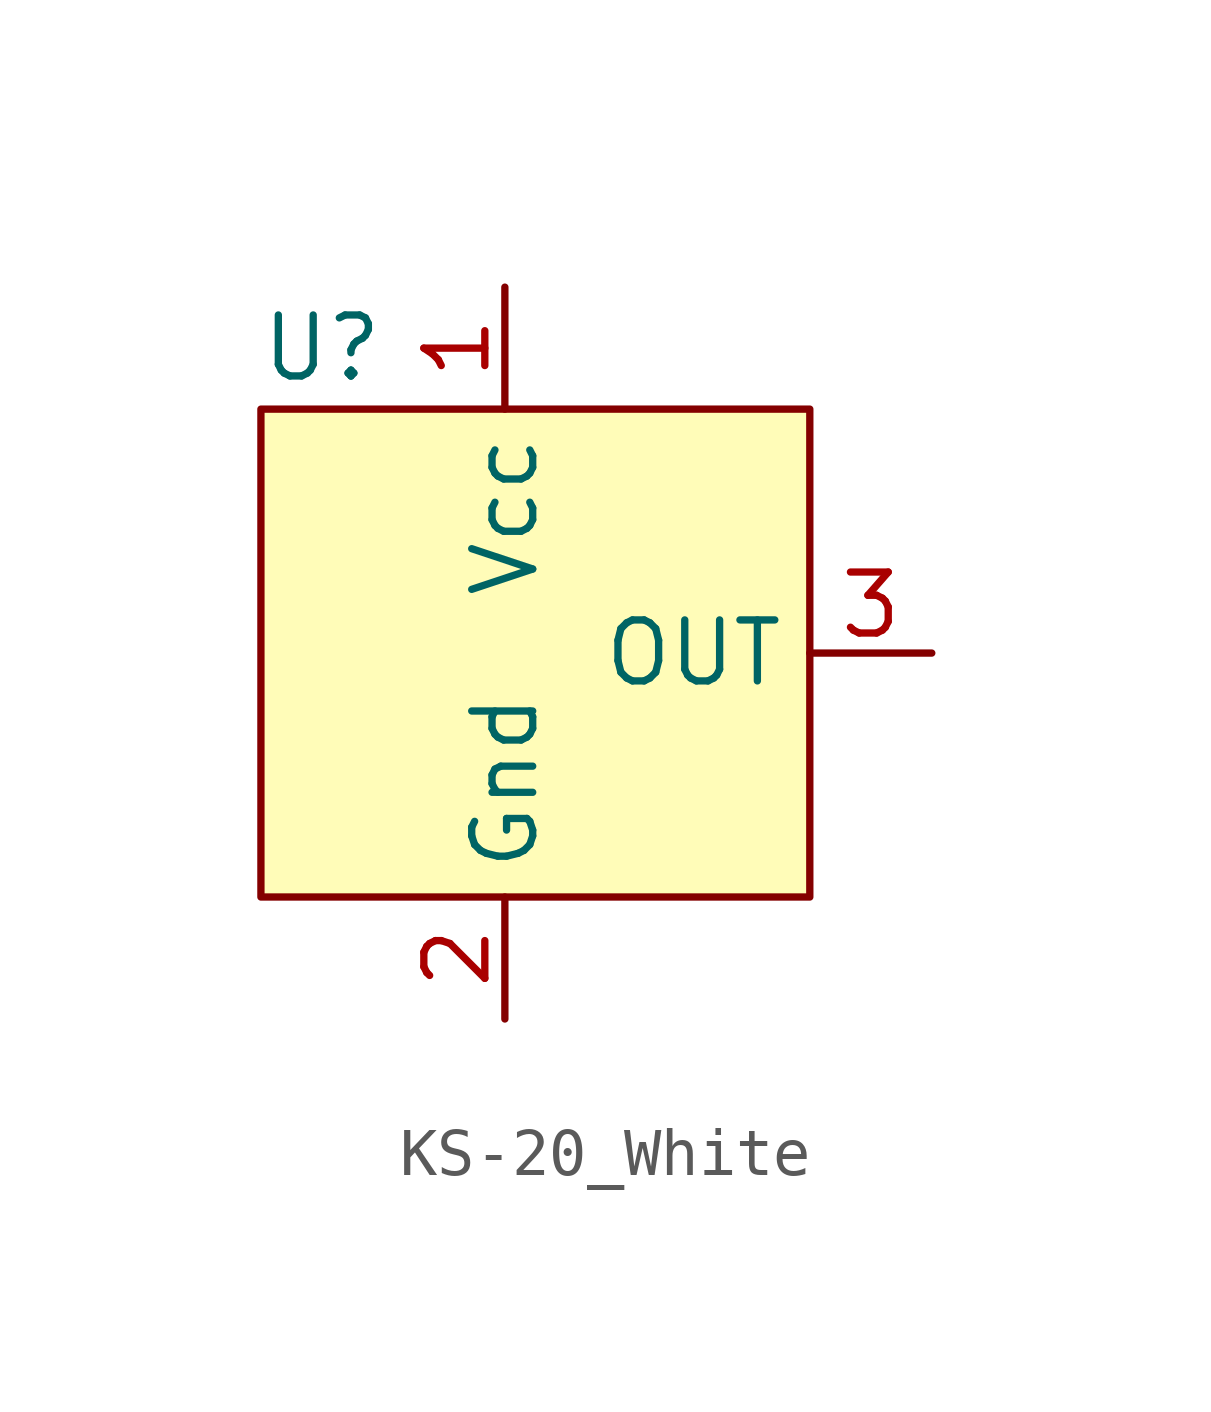
<source format=kicad_sym>
(kicad_symbol_lib
  (version 20220914)
  (generator kicad_symbol_editor)
  (symbol "KS-20_White"
    (property "Reference" "U"
      (at -3.81 6.35 0)
      (effects (font (size 1.27 1.27))))
    (property "Value" ""
      (at 0 0 0)
      (effects (font (size 1.27 1.27))))
    (symbol "KS-20_White_1_1"
      (rectangle (start -5.08 5.08) (end 6.35 -5.08) (stroke (width 0) (type default)) (fill (type color) (color 255 244 0 0.28)))
      (pin input line (at 0 7.62 270) (length 2.54) (name "Vcc" (effects (font (size 1.27 1.27)))) (number "1" (effects (font (size 1.27 1.27)))))
      (pin input line (at 0 -7.62 90) (length 2.54) (name "Gnd" (effects (font (size 1.27 1.27)))) (number "2" (effects (font (size 1.27 1.27)))))
      (pin output line (at 8.89 0 180) (length 2.54) (name "OUT" (effects (font (size 1.27 1.27)))) (number "3" (effects (font (size 1.27 1.27))))))))
</source>
